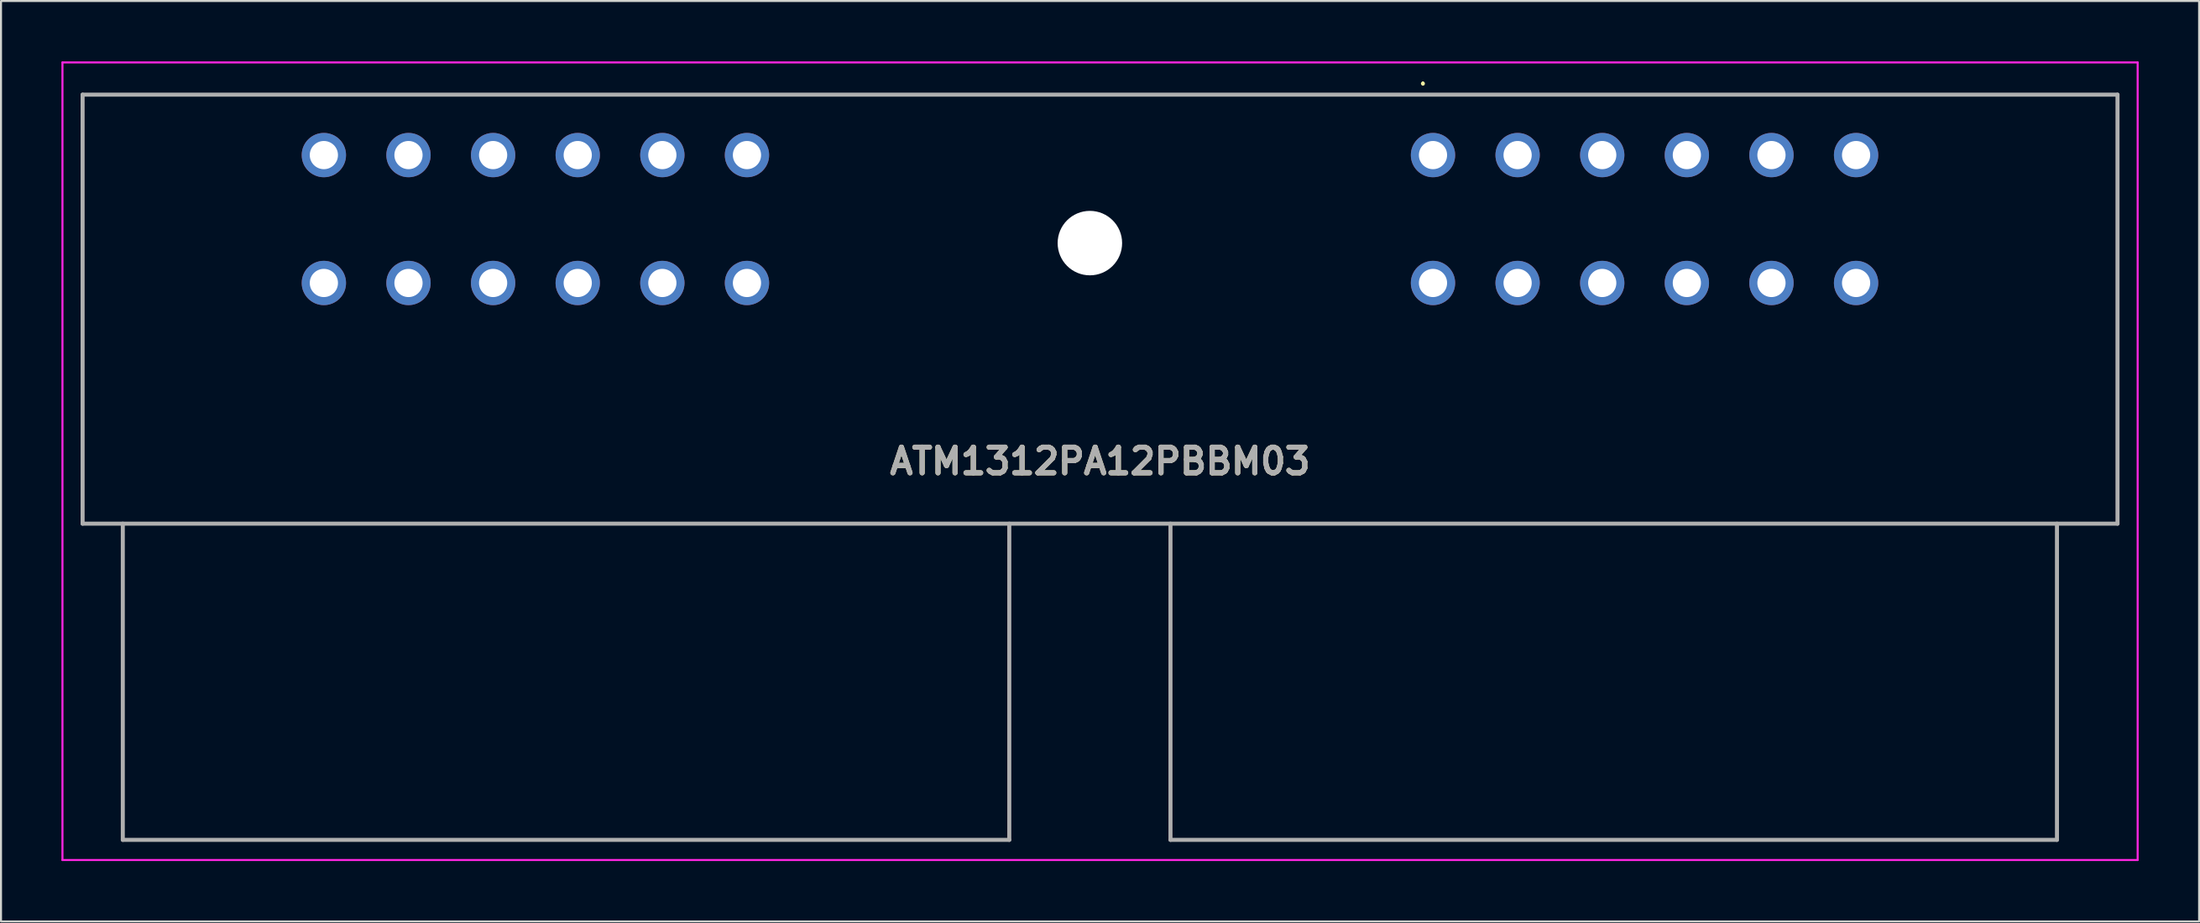
<source format=kicad_pcb>
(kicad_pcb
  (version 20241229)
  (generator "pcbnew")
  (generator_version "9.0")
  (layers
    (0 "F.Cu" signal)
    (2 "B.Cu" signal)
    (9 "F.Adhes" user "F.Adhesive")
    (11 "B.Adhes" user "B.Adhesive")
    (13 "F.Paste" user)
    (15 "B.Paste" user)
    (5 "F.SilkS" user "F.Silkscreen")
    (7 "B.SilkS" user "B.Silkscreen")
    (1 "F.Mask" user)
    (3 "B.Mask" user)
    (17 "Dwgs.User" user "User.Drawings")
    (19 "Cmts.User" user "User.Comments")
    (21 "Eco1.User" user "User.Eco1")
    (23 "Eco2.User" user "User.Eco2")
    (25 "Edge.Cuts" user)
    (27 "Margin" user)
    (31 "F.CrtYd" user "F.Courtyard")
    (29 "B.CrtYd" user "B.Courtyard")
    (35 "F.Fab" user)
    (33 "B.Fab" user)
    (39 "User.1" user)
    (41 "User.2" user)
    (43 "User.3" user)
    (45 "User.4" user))
  (footprint "ATM1312PA12PBBM03"
    (layer "F.Cu")
    (at 34.025 11)
    (property "Reference" "ATM1312PA12PBBM03" (at 17.525 8.85 0) (layer "F.SilkS") (effects (font (size 1.27 1.27) (thickness 0.254))))
    (attr through_hole)
    (fp_line (start -32.975 -9.35) (end 68.025 -9.35) (stroke (width 0.1) (type solid)) (layer "F.SilkS"))
    (fp_line (start -32.975 11.95) (end -32.975 -9.35) (stroke (width 0.1) (type solid)) (layer "F.SilkS"))
    (fp_line (start -30.98 11.95) (end -30.98 27.65) (stroke (width 0.1) (type solid)) (layer "F.SilkS"))
    (fp_line (start -30.98 27.65) (end 13.02 27.65) (stroke (width 0.1) (type solid)) (layer "F.SilkS"))
    (fp_line (start 13.02 27.65) (end 13.02 11.95) (stroke (width 0.1) (type solid)) (layer "F.SilkS"))
    (fp_line (start 21.02 27.65) (end 21.02 11.95) (stroke (width 0.1) (type solid)) (layer "F.SilkS"))
    (fp_line (start 33.55 -9.95) (end 33.55 -9.95) (stroke (width 0.1) (type solid)) (layer "F.SilkS"))
    (fp_line (start 33.55 -9.85) (end 33.55 -9.85) (stroke (width 0.1) (type solid)) (layer "F.SilkS"))
    (fp_line (start 65.02 11.95) (end 65.02 27.65) (stroke (width 0.1) (type solid)) (layer "F.SilkS"))
    (fp_line (start 65.02 27.65) (end 21.02 27.65) (stroke (width 0.1) (type solid)) (layer "F.SilkS"))
    (fp_line (start 68.025 -9.35) (end 68.025 11.95) (stroke (width 0.1) (type solid)) (layer "F.SilkS"))
    (fp_line (start 68.025 11.95) (end -32.975 11.95) (stroke (width 0.1) (type solid)) (layer "F.SilkS"))
    (fp_arc (start 33.55 -9.95) (mid 33.6 -9.9) (end 33.55 -9.85) (stroke (width 0.1) (type solid)) (layer "F.SilkS"))
    (fp_arc (start 33.55 -9.85) (mid 33.5 -9.9) (end 33.55 -9.95) (stroke (width 0.1) (type solid)) (layer "F.SilkS"))
    (fp_line (start -33.975 -10.95) (end 69.025 -10.95) (stroke (width 0.1) (type solid)) (layer "F.CrtYd"))
    (fp_line (start -33.975 28.65) (end -33.975 -10.95) (stroke (width 0.1) (type solid)) (layer "F.CrtYd"))
    (fp_line (start 69.025 -10.95) (end 69.025 28.65) (stroke (width 0.1) (type solid)) (layer "F.CrtYd"))
    (fp_line (start 69.025 28.65) (end -33.975 28.65) (stroke (width 0.1) (type solid)) (layer "F.CrtYd"))
    (fp_line (start -32.975 -9.35) (end 68.025 -9.35) (stroke (width 0.2) (type solid)) (layer "F.Fab"))
    (fp_line (start -32.975 11.95) (end -32.975 -9.35) (stroke (width 0.2) (type solid)) (layer "F.Fab"))
    (fp_line (start -30.98 27.65) (end -30.98 11.95) (stroke (width 0.2) (type solid)) (layer "F.Fab"))
    (fp_line (start 13.02 11.95) (end 13.02 27.65) (stroke (width 0.2) (type solid)) (layer "F.Fab"))
    (fp_line (start 13.02 27.65) (end -30.98 27.65) (stroke (width 0.2) (type solid)) (layer "F.Fab"))
    (fp_line (start 21.02 11.95) (end 21.02 27.65) (stroke (width 0.2) (type solid)) (layer "F.Fab"))
    (fp_line (start 21.02 27.65) (end 65.02 27.65) (stroke (width 0.2) (type solid)) (layer "F.Fab"))
    (fp_line (start 65.02 27.65) (end 65.02 11.95) (stroke (width 0.2) (type solid)) (layer "F.Fab"))
    (fp_line (start 68.025 -9.35) (end 68.025 11.95) (stroke (width 0.2) (type solid)) (layer "F.Fab"))
    (fp_line (start 68.025 11.95) (end -32.975 11.95) (stroke (width 0.2) (type solid)) (layer "F.Fab"))
    (fp_text user "${REFERENCE}" (at 17.525 8.85 0) (layer "F.Fab") (effects (font (size 1.27 1.27) (thickness 0.254))))
    (pad "" np_thru_hole circle (at 17.02 -1.98) (size 3.2 3.2) (drill 3.2) (layers "*.Cu" "*.Mask"))
    (pad "A1" thru_hole circle (at 0 0) (size 2.2 2.2) (drill 1.4) (layers "*.Cu" "*.Mask"))
    (pad "A2" thru_hole circle (at -4.2 0) (size 2.2 2.2) (drill 1.4) (layers "*.Cu" "*.Mask"))
    (pad "A3" thru_hole circle (at -8.4 0) (size 2.2 2.2) (drill 1.4) (layers "*.Cu" "*.Mask"))
    (pad "A4" thru_hole circle (at -12.6 0) (size 2.2 2.2) (drill 1.4) (layers "*.Cu" "*.Mask"))
    (pad "A5" thru_hole circle (at -16.8 0) (size 2.2 2.2) (drill 1.4) (layers "*.Cu" "*.Mask"))
    (pad "A6" thru_hole circle (at -21 0) (size 2.2 2.2) (drill 1.4) (layers "*.Cu" "*.Mask"))
    (pad "A7" thru_hole circle (at -21 -6.35) (size 2.2 2.2) (drill 1.4) (layers "*.Cu" "*.Mask"))
    (pad "A8" thru_hole circle (at -16.8 -6.35) (size 2.2 2.2) (drill 1.4) (layers "*.Cu" "*.Mask"))
    (pad "A9" thru_hole circle (at -12.6 -6.35) (size 2.2 2.2) (drill 1.4) (layers "*.Cu" "*.Mask"))
    (pad "A10" thru_hole circle (at -8.4 -6.35) (size 2.2 2.2) (drill 1.4) (layers "*.Cu" "*.Mask"))
    (pad "A11" thru_hole circle (at -4.2 -6.35) (size 2.2 2.2) (drill 1.4) (layers "*.Cu" "*.Mask"))
    (pad "A12" thru_hole circle (at 0 -6.35) (size 2.2 2.2) (drill 1.4) (layers "*.Cu" "*.Mask"))
    (pad "B1" thru_hole circle (at 34.05 -6.35) (size 2.2 2.2) (drill 1.4) (layers "*.Cu" "*.Mask"))
    (pad "B2" thru_hole circle (at 38.25 -6.35) (size 2.2 2.2) (drill 1.4) (layers "*.Cu" "*.Mask"))
    (pad "B3" thru_hole circle (at 42.45 -6.35) (size 2.2 2.2) (drill 1.4) (layers "*.Cu" "*.Mask"))
    (pad "B4" thru_hole circle (at 46.65 -6.35) (size 2.2 2.2) (drill 1.4) (layers "*.Cu" "*.Mask"))
    (pad "B5" thru_hole circle (at 50.85 -6.35) (size 2.2 2.2) (drill 1.4) (layers "*.Cu" "*.Mask"))
    (pad "B6" thru_hole circle (at 55.05 -6.35) (size 2.2 2.2) (drill 1.4) (layers "*.Cu" "*.Mask"))
    (pad "B7" thru_hole circle (at 55.05 0) (size 2.2 2.2) (drill 1.4) (layers "*.Cu" "*.Mask"))
    (pad "B8" thru_hole circle (at 50.85 0) (size 2.2 2.2) (drill 1.4) (layers "*.Cu" "*.Mask"))
    (pad "B9" thru_hole circle (at 46.65 0) (size 2.2 2.2) (drill 1.4) (layers "*.Cu" "*.Mask"))
    (pad "B10" thru_hole circle (at 42.45 0) (size 2.2 2.2) (drill 1.4) (layers "*.Cu" "*.Mask"))
    (pad "B11" thru_hole circle (at 38.25 0) (size 2.2 2.2) (drill 1.4) (layers "*.Cu" "*.Mask"))
    (pad "B12" thru_hole circle (at 34.05 0) (size 2.2 2.2) (drill 1.4) (layers "*.Cu" "*.Mask")))
  (gr_rect
    (start -3 -3)
    (end 106.1 42.7)
    (stroke (width 0.1) (type default))
    (fill no)
    (layer "Edge.Cuts")))
</source>
